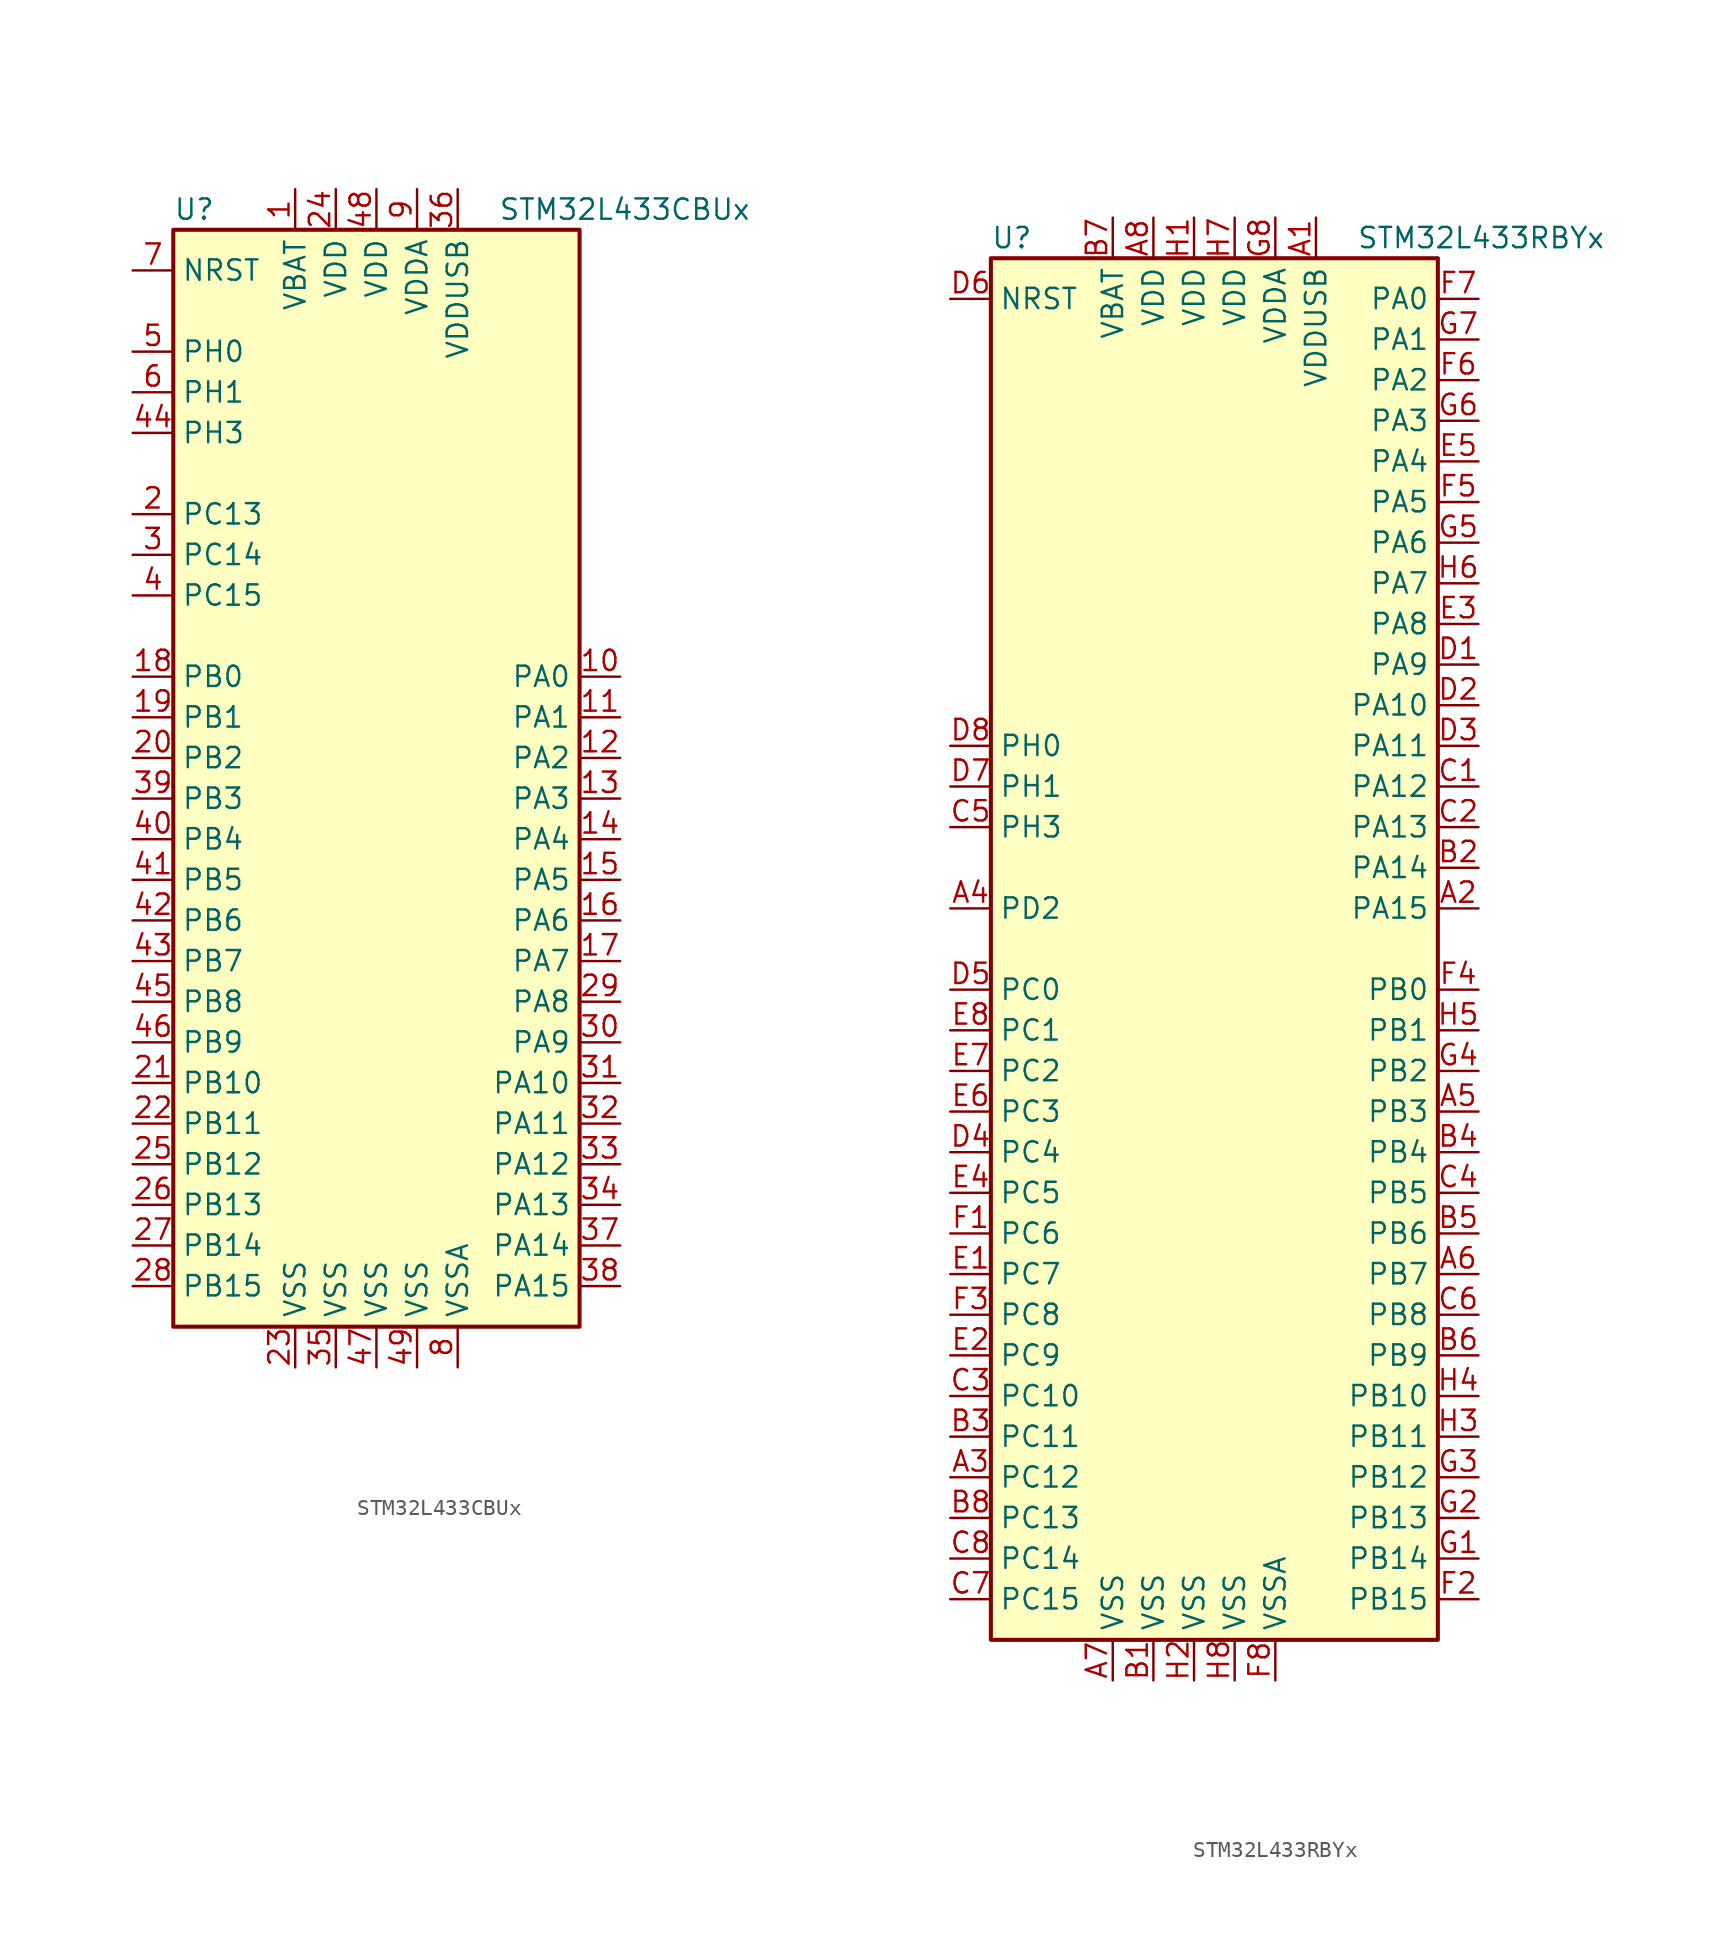
<source format=kicad_sym>
(kicad_symbol_lib
  (version 20211014)
  (generator kicad_symbol_editor)
  (symbol "STM32L433CBUx"
    (property "Reference" "U"
      (at -12.7 34.29 0)
      (effects (font (size 1.27 1.27)) (justify left)))
    (property "Value" "STM32L433CBUx"
      (at 7.62 34.29 0)
      (effects (font (size 1.27 1.27)) (justify left)))
    (symbol "STM32L433CBUx_0_1"
      (rectangle (start -12.7 -35.56) (end 12.7 33.02) (stroke (width 0.254) (type default) (color 0 0 0 0)) (fill (type background))))
    (symbol "STM32L433CBUx_1_1"
      (pin power_in line (at -5.08 35.56 270) (length 2.54) (name "VBAT" (effects (font (size 1.27 1.27)))) (number "1" (effects (font (size 1.27 1.27)))))
      (pin bidirectional line (at 15.24 5.08 180) (length 2.54) (name "PA0" (effects (font (size 1.27 1.27)))) (number "10" (effects (font (size 1.27 1.27)))))
      (pin bidirectional line (at 15.24 2.54 180) (length 2.54) (name "PA1" (effects (font (size 1.27 1.27)))) (number "11" (effects (font (size 1.27 1.27)))))
      (pin bidirectional line (at 15.24 0 180) (length 2.54) (name "PA2" (effects (font (size 1.27 1.27)))) (number "12" (effects (font (size 1.27 1.27)))))
      (pin bidirectional line (at 15.24 -2.54 180) (length 2.54) (name "PA3" (effects (font (size 1.27 1.27)))) (number "13" (effects (font (size 1.27 1.27)))))
      (pin bidirectional line (at 15.24 -5.08 180) (length 2.54) (name "PA4" (effects (font (size 1.27 1.27)))) (number "14" (effects (font (size 1.27 1.27)))))
      (pin bidirectional line (at 15.24 -7.62 180) (length 2.54) (name "PA5" (effects (font (size 1.27 1.27)))) (number "15" (effects (font (size 1.27 1.27)))))
      (pin bidirectional line (at 15.24 -10.16 180) (length 2.54) (name "PA6" (effects (font (size 1.27 1.27)))) (number "16" (effects (font (size 1.27 1.27)))))
      (pin bidirectional line (at 15.24 -12.7 180) (length 2.54) (name "PA7" (effects (font (size 1.27 1.27)))) (number "17" (effects (font (size 1.27 1.27)))))
      (pin bidirectional line (at -15.24 5.08 0) (length 2.54) (name "PB0" (effects (font (size 1.27 1.27)))) (number "18" (effects (font (size 1.27 1.27)))))
      (pin bidirectional line (at -15.24 2.54 0) (length 2.54) (name "PB1" (effects (font (size 1.27 1.27)))) (number "19" (effects (font (size 1.27 1.27)))))
      (pin bidirectional line (at -15.24 15.24 0) (length 2.54) (name "PC13" (effects (font (size 1.27 1.27)))) (number "2" (effects (font (size 1.27 1.27)))))
      (pin bidirectional line (at -15.24 0 0) (length 2.54) (name "PB2" (effects (font (size 1.27 1.27)))) (number "20" (effects (font (size 1.27 1.27)))))
      (pin bidirectional line (at -15.24 -20.32 0) (length 2.54) (name "PB10" (effects (font (size 1.27 1.27)))) (number "21" (effects (font (size 1.27 1.27)))))
      (pin bidirectional line (at -15.24 -22.86 0) (length 2.54) (name "PB11" (effects (font (size 1.27 1.27)))) (number "22" (effects (font (size 1.27 1.27)))))
      (pin power_in line (at -5.08 -38.1 90) (length 2.54) (name "VSS" (effects (font (size 1.27 1.27)))) (number "23" (effects (font (size 1.27 1.27)))))
      (pin power_in line (at -2.54 35.56 270) (length 2.54) (name "VDD" (effects (font (size 1.27 1.27)))) (number "24" (effects (font (size 1.27 1.27)))))
      (pin bidirectional line (at -15.24 -25.4 0) (length 2.54) (name "PB12" (effects (font (size 1.27 1.27)))) (number "25" (effects (font (size 1.27 1.27)))))
      (pin bidirectional line (at -15.24 -27.94 0) (length 2.54) (name "PB13" (effects (font (size 1.27 1.27)))) (number "26" (effects (font (size 1.27 1.27)))))
      (pin bidirectional line (at -15.24 -30.48 0) (length 2.54) (name "PB14" (effects (font (size 1.27 1.27)))) (number "27" (effects (font (size 1.27 1.27)))))
      (pin bidirectional line (at -15.24 -33.02 0) (length 2.54) (name "PB15" (effects (font (size 1.27 1.27)))) (number "28" (effects (font (size 1.27 1.27)))))
      (pin bidirectional line (at 15.24 -15.24 180) (length 2.54) (name "PA8" (effects (font (size 1.27 1.27)))) (number "29" (effects (font (size 1.27 1.27)))))
      (pin bidirectional line (at -15.24 12.7 0) (length 2.54) (name "PC14" (effects (font (size 1.27 1.27)))) (number "3" (effects (font (size 1.27 1.27)))))
      (pin bidirectional line (at 15.24 -17.78 180) (length 2.54) (name "PA9" (effects (font (size 1.27 1.27)))) (number "30" (effects (font (size 1.27 1.27)))))
      (pin bidirectional line (at 15.24 -20.32 180) (length 2.54) (name "PA10" (effects (font (size 1.27 1.27)))) (number "31" (effects (font (size 1.27 1.27)))))
      (pin bidirectional line (at 15.24 -22.86 180) (length 2.54) (name "PA11" (effects (font (size 1.27 1.27)))) (number "32" (effects (font (size 1.27 1.27)))))
      (pin bidirectional line (at 15.24 -25.4 180) (length 2.54) (name "PA12" (effects (font (size 1.27 1.27)))) (number "33" (effects (font (size 1.27 1.27)))))
      (pin bidirectional line (at 15.24 -27.94 180) (length 2.54) (name "PA13" (effects (font (size 1.27 1.27)))) (number "34" (effects (font (size 1.27 1.27)))))
      (pin power_in line (at -2.54 -38.1 90) (length 2.54) (name "VSS" (effects (font (size 1.27 1.27)))) (number "35" (effects (font (size 1.27 1.27)))))
      (pin power_in line (at 5.08 35.56 270) (length 2.54) (name "VDDUSB" (effects (font (size 1.27 1.27)))) (number "36" (effects (font (size 1.27 1.27)))))
      (pin bidirectional line (at 15.24 -30.48 180) (length 2.54) (name "PA14" (effects (font (size 1.27 1.27)))) (number "37" (effects (font (size 1.27 1.27)))))
      (pin bidirectional line (at 15.24 -33.02 180) (length 2.54) (name "PA15" (effects (font (size 1.27 1.27)))) (number "38" (effects (font (size 1.27 1.27)))))
      (pin bidirectional line (at -15.24 -2.54 0) (length 2.54) (name "PB3" (effects (font (size 1.27 1.27)))) (number "39" (effects (font (size 1.27 1.27)))))
      (pin bidirectional line (at -15.24 10.16 0) (length 2.54) (name "PC15" (effects (font (size 1.27 1.27)))) (number "4" (effects (font (size 1.27 1.27)))))
      (pin bidirectional line (at -15.24 -5.08 0) (length 2.54) (name "PB4" (effects (font (size 1.27 1.27)))) (number "40" (effects (font (size 1.27 1.27)))))
      (pin bidirectional line (at -15.24 -7.62 0) (length 2.54) (name "PB5" (effects (font (size 1.27 1.27)))) (number "41" (effects (font (size 1.27 1.27)))))
      (pin bidirectional line (at -15.24 -10.16 0) (length 2.54) (name "PB6" (effects (font (size 1.27 1.27)))) (number "42" (effects (font (size 1.27 1.27)))))
      (pin bidirectional line (at -15.24 -12.7 0) (length 2.54) (name "PB7" (effects (font (size 1.27 1.27)))) (number "43" (effects (font (size 1.27 1.27)))))
      (pin bidirectional line (at -15.24 20.32 0) (length 2.54) (name "PH3" (effects (font (size 1.27 1.27)))) (number "44" (effects (font (size 1.27 1.27)))))
      (pin bidirectional line (at -15.24 -15.24 0) (length 2.54) (name "PB8" (effects (font (size 1.27 1.27)))) (number "45" (effects (font (size 1.27 1.27)))))
      (pin bidirectional line (at -15.24 -17.78 0) (length 2.54) (name "PB9" (effects (font (size 1.27 1.27)))) (number "46" (effects (font (size 1.27 1.27)))))
      (pin power_in line (at 0 -38.1 90) (length 2.54) (name "VSS" (effects (font (size 1.27 1.27)))) (number "47" (effects (font (size 1.27 1.27)))))
      (pin power_in line (at 0 35.56 270) (length 2.54) (name "VDD" (effects (font (size 1.27 1.27)))) (number "48" (effects (font (size 1.27 1.27)))))
      (pin power_in line (at 2.54 -38.1 90) (length 2.54) (name "VSS" (effects (font (size 1.27 1.27)))) (number "49" (effects (font (size 1.27 1.27)))))
      (pin input line (at -15.24 25.4 0) (length 2.54) (name "PH0" (effects (font (size 1.27 1.27)))) (number "5" (effects (font (size 1.27 1.27)))))
      (pin input line (at -15.24 22.86 0) (length 2.54) (name "PH1" (effects (font (size 1.27 1.27)))) (number "6" (effects (font (size 1.27 1.27)))))
      (pin input line (at -15.24 30.48 0) (length 2.54) (name "NRST" (effects (font (size 1.27 1.27)))) (number "7" (effects (font (size 1.27 1.27)))))
      (pin power_in line (at 5.08 -38.1 90) (length 2.54) (name "VSSA" (effects (font (size 1.27 1.27)))) (number "8" (effects (font (size 1.27 1.27)))))
      (pin power_in line (at 2.54 35.56 270) (length 2.54) (name "VDDA" (effects (font (size 1.27 1.27)))) (number "9" (effects (font (size 1.27 1.27)))))))
  (symbol "STM32L433RBYx"
    (property "Reference" "U"
      (at -15.24 44.45 0)
      (effects (font (size 1.27 1.27)) (justify left)))
    (property "Value" "STM32L433RBYx"
      (at 7.62 44.45 0)
      (effects (font (size 1.27 1.27)) (justify left)))
    (symbol "STM32L433RBYx_0_1"
      (rectangle (start -15.24 -43.18) (end 12.7 43.18) (stroke (width 0.254) (type default) (color 0 0 0 0)) (fill (type background))))
    (symbol "STM32L433RBYx_1_1"
      (pin power_in line (at 5.08 45.72 270) (length 2.54) (name "VDDUSB" (effects (font (size 1.27 1.27)))) (number "A1" (effects (font (size 1.27 1.27)))))
      (pin bidirectional line (at 15.24 2.54 180) (length 2.54) (name "PA15" (effects (font (size 1.27 1.27)))) (number "A2" (effects (font (size 1.27 1.27)))))
      (pin bidirectional line (at -17.78 -33.02 0) (length 2.54) (name "PC12" (effects (font (size 1.27 1.27)))) (number "A3" (effects (font (size 1.27 1.27)))))
      (pin bidirectional line (at -17.78 2.54 0) (length 2.54) (name "PD2" (effects (font (size 1.27 1.27)))) (number "A4" (effects (font (size 1.27 1.27)))))
      (pin bidirectional line (at 15.24 -10.16 180) (length 2.54) (name "PB3" (effects (font (size 1.27 1.27)))) (number "A5" (effects (font (size 1.27 1.27)))))
      (pin bidirectional line (at 15.24 -20.32 180) (length 2.54) (name "PB7" (effects (font (size 1.27 1.27)))) (number "A6" (effects (font (size 1.27 1.27)))))
      (pin power_in line (at -7.62 -45.72 90) (length 2.54) (name "VSS" (effects (font (size 1.27 1.27)))) (number "A7" (effects (font (size 1.27 1.27)))))
      (pin power_in line (at -5.08 45.72 270) (length 2.54) (name "VDD" (effects (font (size 1.27 1.27)))) (number "A8" (effects (font (size 1.27 1.27)))))
      (pin power_in line (at -5.08 -45.72 90) (length 2.54) (name "VSS" (effects (font (size 1.27 1.27)))) (number "B1" (effects (font (size 1.27 1.27)))))
      (pin bidirectional line (at 15.24 5.08 180) (length 2.54) (name "PA14" (effects (font (size 1.27 1.27)))) (number "B2" (effects (font (size 1.27 1.27)))))
      (pin bidirectional line (at -17.78 -30.48 0) (length 2.54) (name "PC11" (effects (font (size 1.27 1.27)))) (number "B3" (effects (font (size 1.27 1.27)))))
      (pin bidirectional line (at 15.24 -12.7 180) (length 2.54) (name "PB4" (effects (font (size 1.27 1.27)))) (number "B4" (effects (font (size 1.27 1.27)))))
      (pin bidirectional line (at 15.24 -17.78 180) (length 2.54) (name "PB6" (effects (font (size 1.27 1.27)))) (number "B5" (effects (font (size 1.27 1.27)))))
      (pin bidirectional line (at 15.24 -25.4 180) (length 2.54) (name "PB9" (effects (font (size 1.27 1.27)))) (number "B6" (effects (font (size 1.27 1.27)))))
      (pin power_in line (at -7.62 45.72 270) (length 2.54) (name "VBAT" (effects (font (size 1.27 1.27)))) (number "B7" (effects (font (size 1.27 1.27)))))
      (pin bidirectional line (at -17.78 -35.56 0) (length 2.54) (name "PC13" (effects (font (size 1.27 1.27)))) (number "B8" (effects (font (size 1.27 1.27)))))
      (pin bidirectional line (at 15.24 10.16 180) (length 2.54) (name "PA12" (effects (font (size 1.27 1.27)))) (number "C1" (effects (font (size 1.27 1.27)))))
      (pin bidirectional line (at 15.24 7.62 180) (length 2.54) (name "PA13" (effects (font (size 1.27 1.27)))) (number "C2" (effects (font (size 1.27 1.27)))))
      (pin bidirectional line (at -17.78 -27.94 0) (length 2.54) (name "PC10" (effects (font (size 1.27 1.27)))) (number "C3" (effects (font (size 1.27 1.27)))))
      (pin bidirectional line (at 15.24 -15.24 180) (length 2.54) (name "PB5" (effects (font (size 1.27 1.27)))) (number "C4" (effects (font (size 1.27 1.27)))))
      (pin bidirectional line (at -17.78 7.62 0) (length 2.54) (name "PH3" (effects (font (size 1.27 1.27)))) (number "C5" (effects (font (size 1.27 1.27)))))
      (pin bidirectional line (at 15.24 -22.86 180) (length 2.54) (name "PB8" (effects (font (size 1.27 1.27)))) (number "C6" (effects (font (size 1.27 1.27)))))
      (pin bidirectional line (at -17.78 -40.64 0) (length 2.54) (name "PC15" (effects (font (size 1.27 1.27)))) (number "C7" (effects (font (size 1.27 1.27)))))
      (pin bidirectional line (at -17.78 -38.1 0) (length 2.54) (name "PC14" (effects (font (size 1.27 1.27)))) (number "C8" (effects (font (size 1.27 1.27)))))
      (pin bidirectional line (at 15.24 17.78 180) (length 2.54) (name "PA9" (effects (font (size 1.27 1.27)))) (number "D1" (effects (font (size 1.27 1.27)))))
      (pin bidirectional line (at 15.24 15.24 180) (length 2.54) (name "PA10" (effects (font (size 1.27 1.27)))) (number "D2" (effects (font (size 1.27 1.27)))))
      (pin bidirectional line (at 15.24 12.7 180) (length 2.54) (name "PA11" (effects (font (size 1.27 1.27)))) (number "D3" (effects (font (size 1.27 1.27)))))
      (pin bidirectional line (at -17.78 -12.7 0) (length 2.54) (name "PC4" (effects (font (size 1.27 1.27)))) (number "D4" (effects (font (size 1.27 1.27)))))
      (pin bidirectional line (at -17.78 -2.54 0) (length 2.54) (name "PC0" (effects (font (size 1.27 1.27)))) (number "D5" (effects (font (size 1.27 1.27)))))
      (pin input line (at -17.78 40.64 0) (length 2.54) (name "NRST" (effects (font (size 1.27 1.27)))) (number "D6" (effects (font (size 1.27 1.27)))))
      (pin input line (at -17.78 10.16 0) (length 2.54) (name "PH1" (effects (font (size 1.27 1.27)))) (number "D7" (effects (font (size 1.27 1.27)))))
      (pin input line (at -17.78 12.7 0) (length 2.54) (name "PH0" (effects (font (size 1.27 1.27)))) (number "D8" (effects (font (size 1.27 1.27)))))
      (pin bidirectional line (at -17.78 -20.32 0) (length 2.54) (name "PC7" (effects (font (size 1.27 1.27)))) (number "E1" (effects (font (size 1.27 1.27)))))
      (pin bidirectional line (at -17.78 -25.4 0) (length 2.54) (name "PC9" (effects (font (size 1.27 1.27)))) (number "E2" (effects (font (size 1.27 1.27)))))
      (pin bidirectional line (at 15.24 20.32 180) (length 2.54) (name "PA8" (effects (font (size 1.27 1.27)))) (number "E3" (effects (font (size 1.27 1.27)))))
      (pin bidirectional line (at -17.78 -15.24 0) (length 2.54) (name "PC5" (effects (font (size 1.27 1.27)))) (number "E4" (effects (font (size 1.27 1.27)))))
      (pin bidirectional line (at 15.24 30.48 180) (length 2.54) (name "PA4" (effects (font (size 1.27 1.27)))) (number "E5" (effects (font (size 1.27 1.27)))))
      (pin bidirectional line (at -17.78 -10.16 0) (length 2.54) (name "PC3" (effects (font (size 1.27 1.27)))) (number "E6" (effects (font (size 1.27 1.27)))))
      (pin bidirectional line (at -17.78 -7.62 0) (length 2.54) (name "PC2" (effects (font (size 1.27 1.27)))) (number "E7" (effects (font (size 1.27 1.27)))))
      (pin bidirectional line (at -17.78 -5.08 0) (length 2.54) (name "PC1" (effects (font (size 1.27 1.27)))) (number "E8" (effects (font (size 1.27 1.27)))))
      (pin bidirectional line (at -17.78 -17.78 0) (length 2.54) (name "PC6" (effects (font (size 1.27 1.27)))) (number "F1" (effects (font (size 1.27 1.27)))))
      (pin bidirectional line (at 15.24 -40.64 180) (length 2.54) (name "PB15" (effects (font (size 1.27 1.27)))) (number "F2" (effects (font (size 1.27 1.27)))))
      (pin bidirectional line (at -17.78 -22.86 0) (length 2.54) (name "PC8" (effects (font (size 1.27 1.27)))) (number "F3" (effects (font (size 1.27 1.27)))))
      (pin bidirectional line (at 15.24 -2.54 180) (length 2.54) (name "PB0" (effects (font (size 1.27 1.27)))) (number "F4" (effects (font (size 1.27 1.27)))))
      (pin bidirectional line (at 15.24 27.94 180) (length 2.54) (name "PA5" (effects (font (size 1.27 1.27)))) (number "F5" (effects (font (size 1.27 1.27)))))
      (pin bidirectional line (at 15.24 35.56 180) (length 2.54) (name "PA2" (effects (font (size 1.27 1.27)))) (number "F6" (effects (font (size 1.27 1.27)))))
      (pin bidirectional line (at 15.24 40.64 180) (length 2.54) (name "PA0" (effects (font (size 1.27 1.27)))) (number "F7" (effects (font (size 1.27 1.27)))))
      (pin power_in line (at 2.54 -45.72 90) (length 2.54) (name "VSSA" (effects (font (size 1.27 1.27)))) (number "F8" (effects (font (size 1.27 1.27)))))
      (pin bidirectional line (at 15.24 -38.1 180) (length 2.54) (name "PB14" (effects (font (size 1.27 1.27)))) (number "G1" (effects (font (size 1.27 1.27)))))
      (pin bidirectional line (at 15.24 -35.56 180) (length 2.54) (name "PB13" (effects (font (size 1.27 1.27)))) (number "G2" (effects (font (size 1.27 1.27)))))
      (pin bidirectional line (at 15.24 -33.02 180) (length 2.54) (name "PB12" (effects (font (size 1.27 1.27)))) (number "G3" (effects (font (size 1.27 1.27)))))
      (pin bidirectional line (at 15.24 -7.62 180) (length 2.54) (name "PB2" (effects (font (size 1.27 1.27)))) (number "G4" (effects (font (size 1.27 1.27)))))
      (pin bidirectional line (at 15.24 25.4 180) (length 2.54) (name "PA6" (effects (font (size 1.27 1.27)))) (number "G5" (effects (font (size 1.27 1.27)))))
      (pin bidirectional line (at 15.24 33.02 180) (length 2.54) (name "PA3" (effects (font (size 1.27 1.27)))) (number "G6" (effects (font (size 1.27 1.27)))))
      (pin bidirectional line (at 15.24 38.1 180) (length 2.54) (name "PA1" (effects (font (size 1.27 1.27)))) (number "G7" (effects (font (size 1.27 1.27)))))
      (pin power_in line (at 2.54 45.72 270) (length 2.54) (name "VDDA" (effects (font (size 1.27 1.27)))) (number "G8" (effects (font (size 1.27 1.27)))))
      (pin power_in line (at -2.54 45.72 270) (length 2.54) (name "VDD" (effects (font (size 1.27 1.27)))) (number "H1" (effects (font (size 1.27 1.27)))))
      (pin power_in line (at -2.54 -45.72 90) (length 2.54) (name "VSS" (effects (font (size 1.27 1.27)))) (number "H2" (effects (font (size 1.27 1.27)))))
      (pin bidirectional line (at 15.24 -30.48 180) (length 2.54) (name "PB11" (effects (font (size 1.27 1.27)))) (number "H3" (effects (font (size 1.27 1.27)))))
      (pin bidirectional line (at 15.24 -27.94 180) (length 2.54) (name "PB10" (effects (font (size 1.27 1.27)))) (number "H4" (effects (font (size 1.27 1.27)))))
      (pin bidirectional line (at 15.24 -5.08 180) (length 2.54) (name "PB1" (effects (font (size 1.27 1.27)))) (number "H5" (effects (font (size 1.27 1.27)))))
      (pin bidirectional line (at 15.24 22.86 180) (length 2.54) (name "PA7" (effects (font (size 1.27 1.27)))) (number "H6" (effects (font (size 1.27 1.27)))))
      (pin power_in line (at 0 45.72 270) (length 2.54) (name "VDD" (effects (font (size 1.27 1.27)))) (number "H7" (effects (font (size 1.27 1.27)))))
      (pin power_in line (at 0 -45.72 90) (length 2.54) (name "VSS" (effects (font (size 1.27 1.27)))) (number "H8" (effects (font (size 1.27 1.27))))))))
</source>
